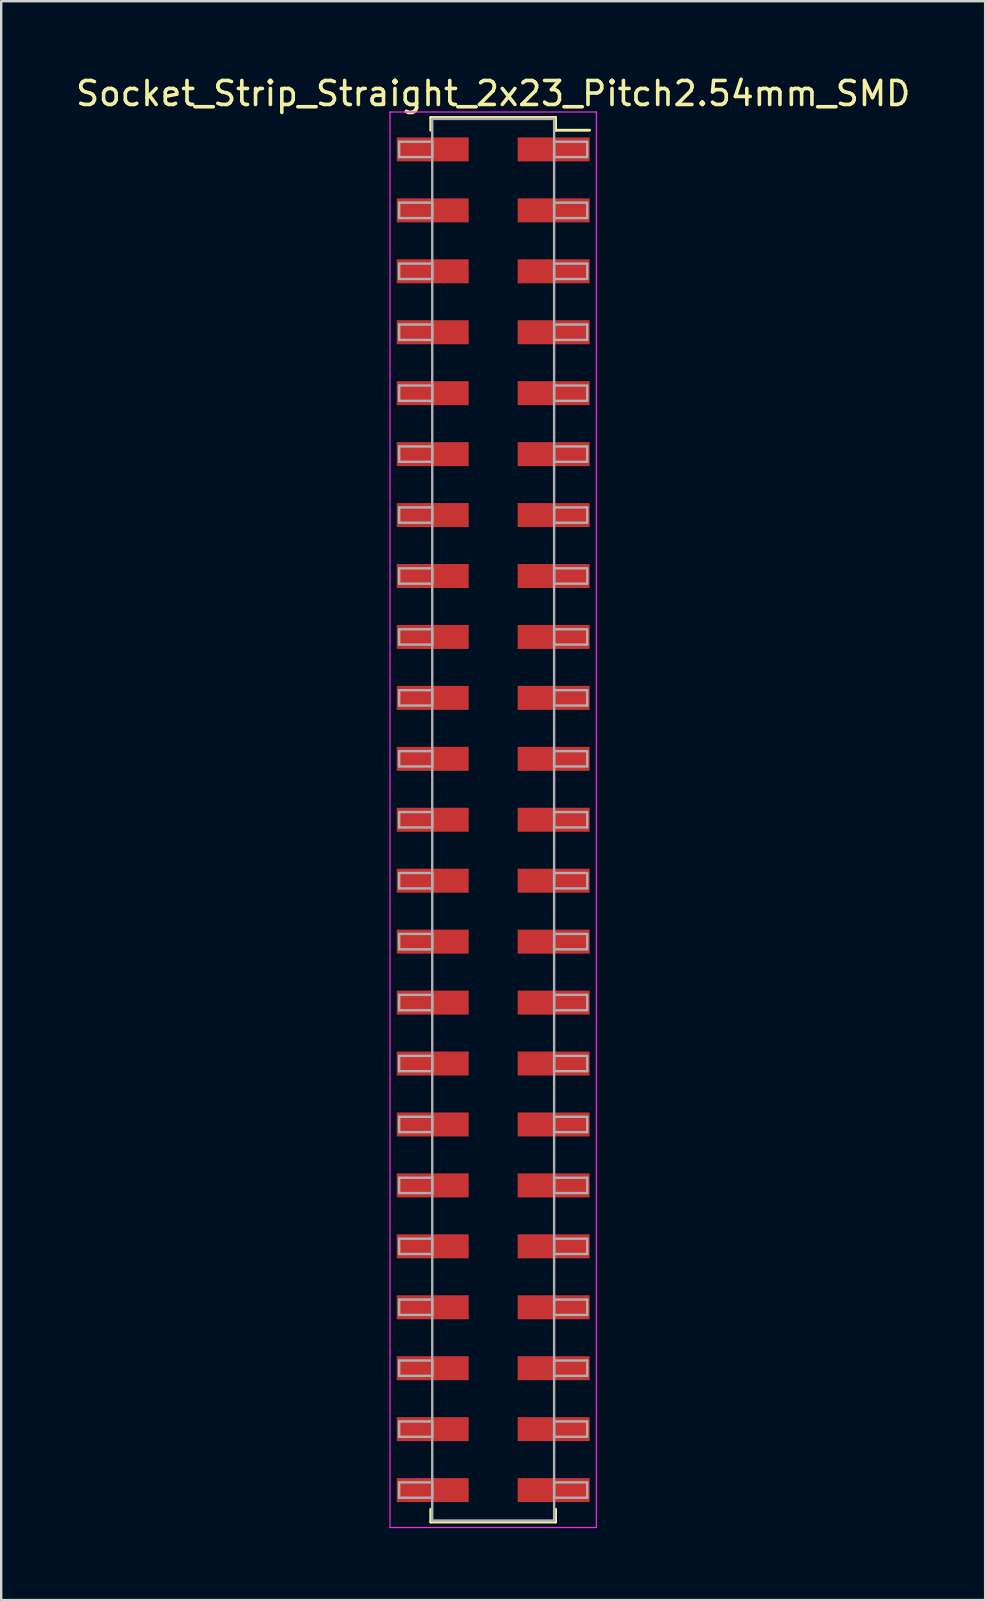
<source format=kicad_pcb>
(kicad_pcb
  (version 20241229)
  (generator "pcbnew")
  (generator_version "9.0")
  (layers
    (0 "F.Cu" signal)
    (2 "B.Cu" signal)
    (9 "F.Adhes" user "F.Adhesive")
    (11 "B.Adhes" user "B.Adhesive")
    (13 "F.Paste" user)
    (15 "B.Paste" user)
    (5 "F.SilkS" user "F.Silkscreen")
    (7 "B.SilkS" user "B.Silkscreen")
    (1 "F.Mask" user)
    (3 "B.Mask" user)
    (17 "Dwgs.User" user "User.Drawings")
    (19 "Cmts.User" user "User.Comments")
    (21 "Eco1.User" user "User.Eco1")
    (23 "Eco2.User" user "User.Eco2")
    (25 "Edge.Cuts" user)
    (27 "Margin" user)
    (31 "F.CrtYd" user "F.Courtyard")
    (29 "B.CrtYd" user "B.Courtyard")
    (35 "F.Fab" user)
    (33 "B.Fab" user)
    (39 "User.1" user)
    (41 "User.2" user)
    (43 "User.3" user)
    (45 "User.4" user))
  (footprint "Socket_Strip_Straight_2x23_Pitch2.54mm_SMD"
    (layer "F.Cu")
    (at 17.506 31.118)
    (property "Reference" "Socket_Strip_Straight_2x23_Pitch2.54mm_SMD" (at 0 -30.27 0) (layer "F.SilkS") (effects (font (size 1 1) (thickness 0.15))))
    (attr smd)
    (fp_line (start -2.6 -29.27) (end 2.6 -29.27) (stroke (width 0.12) (type solid)) (layer "F.SilkS"))
    (fp_line (start -2.6 -28.74) (end -2.6 -29.27) (stroke (width 0.12) (type solid)) (layer "F.SilkS"))
    (fp_line (start -2.6 28.74) (end -2.6 29.27) (stroke (width 0.12) (type solid)) (layer "F.SilkS"))
    (fp_line (start -2.6 29.27) (end 2.6 29.27) (stroke (width 0.12) (type solid)) (layer "F.SilkS"))
    (fp_line (start 2.6 -29.27) (end 2.6 -28.74) (stroke (width 0.12) (type solid)) (layer "F.SilkS"))
    (fp_line (start 2.6 29.27) (end 2.6 28.74) (stroke (width 0.12) (type solid)) (layer "F.SilkS"))
    (fp_line (start 4.02 -28.74) (end 2.6 -28.74) (stroke (width 0.12) (type solid)) (layer "F.SilkS"))
    (fp_line (start -4.3 -29.5) (end -4.3 29.5) (stroke (width 0.05) (type solid)) (layer "F.CrtYd"))
    (fp_line (start -4.3 29.5) (end 4.3 29.5) (stroke (width 0.05) (type solid)) (layer "F.CrtYd"))
    (fp_line (start 4.3 -29.5) (end -4.3 -29.5) (stroke (width 0.05) (type solid)) (layer "F.CrtYd"))
    (fp_line (start 4.3 29.5) (end 4.3 -29.5) (stroke (width 0.05) (type solid)) (layer "F.CrtYd"))
    (fp_line (start -3.92 -28.26) (end -2.54 -28.26) (stroke (width 0.1) (type solid)) (layer "F.Fab"))
    (fp_line (start -3.92 -27.62) (end -3.92 -28.26) (stroke (width 0.1) (type solid)) (layer "F.Fab"))
    (fp_line (start -3.92 -25.72) (end -2.54 -25.72) (stroke (width 0.1) (type solid)) (layer "F.Fab"))
    (fp_line (start -3.92 -25.08) (end -3.92 -25.72) (stroke (width 0.1) (type solid)) (layer "F.Fab"))
    (fp_line (start -3.92 -23.18) (end -2.54 -23.18) (stroke (width 0.1) (type solid)) (layer "F.Fab"))
    (fp_line (start -3.92 -22.54) (end -3.92 -23.18) (stroke (width 0.1) (type solid)) (layer "F.Fab"))
    (fp_line (start -3.92 -20.64) (end -2.54 -20.64) (stroke (width 0.1) (type solid)) (layer "F.Fab"))
    (fp_line (start -3.92 -20) (end -3.92 -20.64) (stroke (width 0.1) (type solid)) (layer "F.Fab"))
    (fp_line (start -3.92 -18.1) (end -2.54 -18.1) (stroke (width 0.1) (type solid)) (layer "F.Fab"))
    (fp_line (start -3.92 -17.46) (end -3.92 -18.1) (stroke (width 0.1) (type solid)) (layer "F.Fab"))
    (fp_line (start -3.92 -15.56) (end -2.54 -15.56) (stroke (width 0.1) (type solid)) (layer "F.Fab"))
    (fp_line (start -3.92 -14.92) (end -3.92 -15.56) (stroke (width 0.1) (type solid)) (layer "F.Fab"))
    (fp_line (start -3.92 -13.02) (end -2.54 -13.02) (stroke (width 0.1) (type solid)) (layer "F.Fab"))
    (fp_line (start -3.92 -12.38) (end -3.92 -13.02) (stroke (width 0.1) (type solid)) (layer "F.Fab"))
    (fp_line (start -3.92 -10.48) (end -2.54 -10.48) (stroke (width 0.1) (type solid)) (layer "F.Fab"))
    (fp_line (start -3.92 -9.84) (end -3.92 -10.48) (stroke (width 0.1) (type solid)) (layer "F.Fab"))
    (fp_line (start -3.92 -7.94) (end -2.54 -7.94) (stroke (width 0.1) (type solid)) (layer "F.Fab"))
    (fp_line (start -3.92 -7.3) (end -3.92 -7.94) (stroke (width 0.1) (type solid)) (layer "F.Fab"))
    (fp_line (start -3.92 -5.4) (end -2.54 -5.4) (stroke (width 0.1) (type solid)) (layer "F.Fab"))
    (fp_line (start -3.92 -4.76) (end -3.92 -5.4) (stroke (width 0.1) (type solid)) (layer "F.Fab"))
    (fp_line (start -3.92 -2.86) (end -2.54 -2.86) (stroke (width 0.1) (type solid)) (layer "F.Fab"))
    (fp_line (start -3.92 -2.22) (end -3.92 -2.86) (stroke (width 0.1) (type solid)) (layer "F.Fab"))
    (fp_line (start -3.92 -0.32) (end -2.54 -0.32) (stroke (width 0.1) (type solid)) (layer "F.Fab"))
    (fp_line (start -3.92 0.32) (end -3.92 -0.32) (stroke (width 0.1) (type solid)) (layer "F.Fab"))
    (fp_line (start -3.92 2.22) (end -2.54 2.22) (stroke (width 0.1) (type solid)) (layer "F.Fab"))
    (fp_line (start -3.92 2.86) (end -3.92 2.22) (stroke (width 0.1) (type solid)) (layer "F.Fab"))
    (fp_line (start -3.92 4.76) (end -2.54 4.76) (stroke (width 0.1) (type solid)) (layer "F.Fab"))
    (fp_line (start -3.92 5.4) (end -3.92 4.76) (stroke (width 0.1) (type solid)) (layer "F.Fab"))
    (fp_line (start -3.92 7.3) (end -2.54 7.3) (stroke (width 0.1) (type solid)) (layer "F.Fab"))
    (fp_line (start -3.92 7.94) (end -3.92 7.3) (stroke (width 0.1) (type solid)) (layer "F.Fab"))
    (fp_line (start -3.92 9.84) (end -2.54 9.84) (stroke (width 0.1) (type solid)) (layer "F.Fab"))
    (fp_line (start -3.92 10.48) (end -3.92 9.84) (stroke (width 0.1) (type solid)) (layer "F.Fab"))
    (fp_line (start -3.92 12.38) (end -2.54 12.38) (stroke (width 0.1) (type solid)) (layer "F.Fab"))
    (fp_line (start -3.92 13.02) (end -3.92 12.38) (stroke (width 0.1) (type solid)) (layer "F.Fab"))
    (fp_line (start -3.92 14.92) (end -2.54 14.92) (stroke (width 0.1) (type solid)) (layer "F.Fab"))
    (fp_line (start -3.92 15.56) (end -3.92 14.92) (stroke (width 0.1) (type solid)) (layer "F.Fab"))
    (fp_line (start -3.92 17.46) (end -2.54 17.46) (stroke (width 0.1) (type solid)) (layer "F.Fab"))
    (fp_line (start -3.92 18.1) (end -3.92 17.46) (stroke (width 0.1) (type solid)) (layer "F.Fab"))
    (fp_line (start -3.92 20) (end -2.54 20) (stroke (width 0.1) (type solid)) (layer "F.Fab"))
    (fp_line (start -3.92 20.64) (end -3.92 20) (stroke (width 0.1) (type solid)) (layer "F.Fab"))
    (fp_line (start -3.92 22.54) (end -2.54 22.54) (stroke (width 0.1) (type solid)) (layer "F.Fab"))
    (fp_line (start -3.92 23.18) (end -3.92 22.54) (stroke (width 0.1) (type solid)) (layer "F.Fab"))
    (fp_line (start -3.92 25.08) (end -2.54 25.08) (stroke (width 0.1) (type solid)) (layer "F.Fab"))
    (fp_line (start -3.92 25.72) (end -3.92 25.08) (stroke (width 0.1) (type solid)) (layer "F.Fab"))
    (fp_line (start -3.92 27.62) (end -2.54 27.62) (stroke (width 0.1) (type solid)) (layer "F.Fab"))
    (fp_line (start -3.92 28.26) (end -3.92 27.62) (stroke (width 0.1) (type solid)) (layer "F.Fab"))
    (fp_line (start -2.54 -29.21) (end -2.54 29.21) (stroke (width 0.1) (type solid)) (layer "F.Fab"))
    (fp_line (start -2.54 -28.26) (end -2.54 -27.62) (stroke (width 0.1) (type solid)) (layer "F.Fab"))
    (fp_line (start -2.54 -27.62) (end -3.92 -27.62) (stroke (width 0.1) (type solid)) (layer "F.Fab"))
    (fp_line (start -2.54 -25.72) (end -2.54 -25.08) (stroke (width 0.1) (type solid)) (layer "F.Fab"))
    (fp_line (start -2.54 -25.08) (end -3.92 -25.08) (stroke (width 0.1) (type solid)) (layer "F.Fab"))
    (fp_line (start -2.54 -23.18) (end -2.54 -22.54) (stroke (width 0.1) (type solid)) (layer "F.Fab"))
    (fp_line (start -2.54 -22.54) (end -3.92 -22.54) (stroke (width 0.1) (type solid)) (layer "F.Fab"))
    (fp_line (start -2.54 -20.64) (end -2.54 -20) (stroke (width 0.1) (type solid)) (layer "F.Fab"))
    (fp_line (start -2.54 -20) (end -3.92 -20) (stroke (width 0.1) (type solid)) (layer "F.Fab"))
    (fp_line (start -2.54 -18.1) (end -2.54 -17.46) (stroke (width 0.1) (type solid)) (layer "F.Fab"))
    (fp_line (start -2.54 -17.46) (end -3.92 -17.46) (stroke (width 0.1) (type solid)) (layer "F.Fab"))
    (fp_line (start -2.54 -15.56) (end -2.54 -14.92) (stroke (width 0.1) (type solid)) (layer "F.Fab"))
    (fp_line (start -2.54 -14.92) (end -3.92 -14.92) (stroke (width 0.1) (type solid)) (layer "F.Fab"))
    (fp_line (start -2.54 -13.02) (end -2.54 -12.38) (stroke (width 0.1) (type solid)) (layer "F.Fab"))
    (fp_line (start -2.54 -12.38) (end -3.92 -12.38) (stroke (width 0.1) (type solid)) (layer "F.Fab"))
    (fp_line (start -2.54 -10.48) (end -2.54 -9.84) (stroke (width 0.1) (type solid)) (layer "F.Fab"))
    (fp_line (start -2.54 -9.84) (end -3.92 -9.84) (stroke (width 0.1) (type solid)) (layer "F.Fab"))
    (fp_line (start -2.54 -7.94) (end -2.54 -7.3) (stroke (width 0.1) (type solid)) (layer "F.Fab"))
    (fp_line (start -2.54 -7.3) (end -3.92 -7.3) (stroke (width 0.1) (type solid)) (layer "F.Fab"))
    (fp_line (start -2.54 -5.4) (end -2.54 -4.76) (stroke (width 0.1) (type solid)) (layer "F.Fab"))
    (fp_line (start -2.54 -4.76) (end -3.92 -4.76) (stroke (width 0.1) (type solid)) (layer "F.Fab"))
    (fp_line (start -2.54 -2.86) (end -2.54 -2.22) (stroke (width 0.1) (type solid)) (layer "F.Fab"))
    (fp_line (start -2.54 -2.22) (end -3.92 -2.22) (stroke (width 0.1) (type solid)) (layer "F.Fab"))
    (fp_line (start -2.54 -0.32) (end -2.54 0.32) (stroke (width 0.1) (type solid)) (layer "F.Fab"))
    (fp_line (start -2.54 0.32) (end -3.92 0.32) (stroke (width 0.1) (type solid)) (layer "F.Fab"))
    (fp_line (start -2.54 2.22) (end -2.54 2.86) (stroke (width 0.1) (type solid)) (layer "F.Fab"))
    (fp_line (start -2.54 2.86) (end -3.92 2.86) (stroke (width 0.1) (type solid)) (layer "F.Fab"))
    (fp_line (start -2.54 4.76) (end -2.54 5.4) (stroke (width 0.1) (type solid)) (layer "F.Fab"))
    (fp_line (start -2.54 5.4) (end -3.92 5.4) (stroke (width 0.1) (type solid)) (layer "F.Fab"))
    (fp_line (start -2.54 7.3) (end -2.54 7.94) (stroke (width 0.1) (type solid)) (layer "F.Fab"))
    (fp_line (start -2.54 7.94) (end -3.92 7.94) (stroke (width 0.1) (type solid)) (layer "F.Fab"))
    (fp_line (start -2.54 9.84) (end -2.54 10.48) (stroke (width 0.1) (type solid)) (layer "F.Fab"))
    (fp_line (start -2.54 10.48) (end -3.92 10.48) (stroke (width 0.1) (type solid)) (layer "F.Fab"))
    (fp_line (start -2.54 12.38) (end -2.54 13.02) (stroke (width 0.1) (type solid)) (layer "F.Fab"))
    (fp_line (start -2.54 13.02) (end -3.92 13.02) (stroke (width 0.1) (type solid)) (layer "F.Fab"))
    (fp_line (start -2.54 14.92) (end -2.54 15.56) (stroke (width 0.1) (type solid)) (layer "F.Fab"))
    (fp_line (start -2.54 15.56) (end -3.92 15.56) (stroke (width 0.1) (type solid)) (layer "F.Fab"))
    (fp_line (start -2.54 17.46) (end -2.54 18.1) (stroke (width 0.1) (type solid)) (layer "F.Fab"))
    (fp_line (start -2.54 18.1) (end -3.92 18.1) (stroke (width 0.1) (type solid)) (layer "F.Fab"))
    (fp_line (start -2.54 20) (end -2.54 20.64) (stroke (width 0.1) (type solid)) (layer "F.Fab"))
    (fp_line (start -2.54 20.64) (end -3.92 20.64) (stroke (width 0.1) (type solid)) (layer "F.Fab"))
    (fp_line (start -2.54 22.54) (end -2.54 23.18) (stroke (width 0.1) (type solid)) (layer "F.Fab"))
    (fp_line (start -2.54 23.18) (end -3.92 23.18) (stroke (width 0.1) (type solid)) (layer "F.Fab"))
    (fp_line (start -2.54 25.08) (end -2.54 25.72) (stroke (width 0.1) (type solid)) (layer "F.Fab"))
    (fp_line (start -2.54 25.72) (end -3.92 25.72) (stroke (width 0.1) (type solid)) (layer "F.Fab"))
    (fp_line (start -2.54 27.62) (end -2.54 28.26) (stroke (width 0.1) (type solid)) (layer "F.Fab"))
    (fp_line (start -2.54 28.26) (end -3.92 28.26) (stroke (width 0.1) (type solid)) (layer "F.Fab"))
    (fp_line (start -2.54 29.21) (end 2.54 29.21) (stroke (width 0.1) (type solid)) (layer "F.Fab"))
    (fp_line (start 2.54 -29.21) (end -2.54 -29.21) (stroke (width 0.1) (type solid)) (layer "F.Fab"))
    (fp_line (start 2.54 -28.26) (end 2.54 -27.62) (stroke (width 0.1) (type solid)) (layer "F.Fab"))
    (fp_line (start 2.54 -27.62) (end 3.92 -27.62) (stroke (width 0.1) (type solid)) (layer "F.Fab"))
    (fp_line (start 2.54 -25.72) (end 2.54 -25.08) (stroke (width 0.1) (type solid)) (layer "F.Fab"))
    (fp_line (start 2.54 -25.08) (end 3.92 -25.08) (stroke (width 0.1) (type solid)) (layer "F.Fab"))
    (fp_line (start 2.54 -23.18) (end 2.54 -22.54) (stroke (width 0.1) (type solid)) (layer "F.Fab"))
    (fp_line (start 2.54 -22.54) (end 3.92 -22.54) (stroke (width 0.1) (type solid)) (layer "F.Fab"))
    (fp_line (start 2.54 -20.64) (end 2.54 -20) (stroke (width 0.1) (type solid)) (layer "F.Fab"))
    (fp_line (start 2.54 -20) (end 3.92 -20) (stroke (width 0.1) (type solid)) (layer "F.Fab"))
    (fp_line (start 2.54 -18.1) (end 2.54 -17.46) (stroke (width 0.1) (type solid)) (layer "F.Fab"))
    (fp_line (start 2.54 -17.46) (end 3.92 -17.46) (stroke (width 0.1) (type solid)) (layer "F.Fab"))
    (fp_line (start 2.54 -15.56) (end 2.54 -14.92) (stroke (width 0.1) (type solid)) (layer "F.Fab"))
    (fp_line (start 2.54 -14.92) (end 3.92 -14.92) (stroke (width 0.1) (type solid)) (layer "F.Fab"))
    (fp_line (start 2.54 -13.02) (end 2.54 -12.38) (stroke (width 0.1) (type solid)) (layer "F.Fab"))
    (fp_line (start 2.54 -12.38) (end 3.92 -12.38) (stroke (width 0.1) (type solid)) (layer "F.Fab"))
    (fp_line (start 2.54 -10.48) (end 2.54 -9.84) (stroke (width 0.1) (type solid)) (layer "F.Fab"))
    (fp_line (start 2.54 -9.84) (end 3.92 -9.84) (stroke (width 0.1) (type solid)) (layer "F.Fab"))
    (fp_line (start 2.54 -7.94) (end 2.54 -7.3) (stroke (width 0.1) (type solid)) (layer "F.Fab"))
    (fp_line (start 2.54 -7.3) (end 3.92 -7.3) (stroke (width 0.1) (type solid)) (layer "F.Fab"))
    (fp_line (start 2.54 -5.4) (end 2.54 -4.76) (stroke (width 0.1) (type solid)) (layer "F.Fab"))
    (fp_line (start 2.54 -4.76) (end 3.92 -4.76) (stroke (width 0.1) (type solid)) (layer "F.Fab"))
    (fp_line (start 2.54 -2.86) (end 2.54 -2.22) (stroke (width 0.1) (type solid)) (layer "F.Fab"))
    (fp_line (start 2.54 -2.22) (end 3.92 -2.22) (stroke (width 0.1) (type solid)) (layer "F.Fab"))
    (fp_line (start 2.54 -0.32) (end 2.54 0.32) (stroke (width 0.1) (type solid)) (layer "F.Fab"))
    (fp_line (start 2.54 0.32) (end 3.92 0.32) (stroke (width 0.1) (type solid)) (layer "F.Fab"))
    (fp_line (start 2.54 2.22) (end 2.54 2.86) (stroke (width 0.1) (type solid)) (layer "F.Fab"))
    (fp_line (start 2.54 2.86) (end 3.92 2.86) (stroke (width 0.1) (type solid)) (layer "F.Fab"))
    (fp_line (start 2.54 4.76) (end 2.54 5.4) (stroke (width 0.1) (type solid)) (layer "F.Fab"))
    (fp_line (start 2.54 5.4) (end 3.92 5.4) (stroke (width 0.1) (type solid)) (layer "F.Fab"))
    (fp_line (start 2.54 7.3) (end 2.54 7.94) (stroke (width 0.1) (type solid)) (layer "F.Fab"))
    (fp_line (start 2.54 7.94) (end 3.92 7.94) (stroke (width 0.1) (type solid)) (layer "F.Fab"))
    (fp_line (start 2.54 9.84) (end 2.54 10.48) (stroke (width 0.1) (type solid)) (layer "F.Fab"))
    (fp_line (start 2.54 10.48) (end 3.92 10.48) (stroke (width 0.1) (type solid)) (layer "F.Fab"))
    (fp_line (start 2.54 12.38) (end 2.54 13.02) (stroke (width 0.1) (type solid)) (layer "F.Fab"))
    (fp_line (start 2.54 13.02) (end 3.92 13.02) (stroke (width 0.1) (type solid)) (layer "F.Fab"))
    (fp_line (start 2.54 14.92) (end 2.54 15.56) (stroke (width 0.1) (type solid)) (layer "F.Fab"))
    (fp_line (start 2.54 15.56) (end 3.92 15.56) (stroke (width 0.1) (type solid)) (layer "F.Fab"))
    (fp_line (start 2.54 17.46) (end 2.54 18.1) (stroke (width 0.1) (type solid)) (layer "F.Fab"))
    (fp_line (start 2.54 18.1) (end 3.92 18.1) (stroke (width 0.1) (type solid)) (layer "F.Fab"))
    (fp_line (start 2.54 20) (end 2.54 20.64) (stroke (width 0.1) (type solid)) (layer "F.Fab"))
    (fp_line (start 2.54 20.64) (end 3.92 20.64) (stroke (width 0.1) (type solid)) (layer "F.Fab"))
    (fp_line (start 2.54 22.54) (end 2.54 23.18) (stroke (width 0.1) (type solid)) (layer "F.Fab"))
    (fp_line (start 2.54 23.18) (end 3.92 23.18) (stroke (width 0.1) (type solid)) (layer "F.Fab"))
    (fp_line (start 2.54 25.08) (end 2.54 25.72) (stroke (width 0.1) (type solid)) (layer "F.Fab"))
    (fp_line (start 2.54 25.72) (end 3.92 25.72) (stroke (width 0.1) (type solid)) (layer "F.Fab"))
    (fp_line (start 2.54 27.62) (end 2.54 28.26) (stroke (width 0.1) (type solid)) (layer "F.Fab"))
    (fp_line (start 2.54 28.26) (end 3.92 28.26) (stroke (width 0.1) (type solid)) (layer "F.Fab"))
    (fp_line (start 2.54 29.21) (end 2.54 -29.21) (stroke (width 0.1) (type solid)) (layer "F.Fab"))
    (fp_line (start 3.92 -28.26) (end 2.54 -28.26) (stroke (width 0.1) (type solid)) (layer "F.Fab"))
    (fp_line (start 3.92 -27.62) (end 3.92 -28.26) (stroke (width 0.1) (type solid)) (layer "F.Fab"))
    (fp_line (start 3.92 -25.72) (end 2.54 -25.72) (stroke (width 0.1) (type solid)) (layer "F.Fab"))
    (fp_line (start 3.92 -25.08) (end 3.92 -25.72) (stroke (width 0.1) (type solid)) (layer "F.Fab"))
    (fp_line (start 3.92 -23.18) (end 2.54 -23.18) (stroke (width 0.1) (type solid)) (layer "F.Fab"))
    (fp_line (start 3.92 -22.54) (end 3.92 -23.18) (stroke (width 0.1) (type solid)) (layer "F.Fab"))
    (fp_line (start 3.92 -20.64) (end 2.54 -20.64) (stroke (width 0.1) (type solid)) (layer "F.Fab"))
    (fp_line (start 3.92 -20) (end 3.92 -20.64) (stroke (width 0.1) (type solid)) (layer "F.Fab"))
    (fp_line (start 3.92 -18.1) (end 2.54 -18.1) (stroke (width 0.1) (type solid)) (layer "F.Fab"))
    (fp_line (start 3.92 -17.46) (end 3.92 -18.1) (stroke (width 0.1) (type solid)) (layer "F.Fab"))
    (fp_line (start 3.92 -15.56) (end 2.54 -15.56) (stroke (width 0.1) (type solid)) (layer "F.Fab"))
    (fp_line (start 3.92 -14.92) (end 3.92 -15.56) (stroke (width 0.1) (type solid)) (layer "F.Fab"))
    (fp_line (start 3.92 -13.02) (end 2.54 -13.02) (stroke (width 0.1) (type solid)) (layer "F.Fab"))
    (fp_line (start 3.92 -12.38) (end 3.92 -13.02) (stroke (width 0.1) (type solid)) (layer "F.Fab"))
    (fp_line (start 3.92 -10.48) (end 2.54 -10.48) (stroke (width 0.1) (type solid)) (layer "F.Fab"))
    (fp_line (start 3.92 -9.84) (end 3.92 -10.48) (stroke (width 0.1) (type solid)) (layer "F.Fab"))
    (fp_line (start 3.92 -7.94) (end 2.54 -7.94) (stroke (width 0.1) (type solid)) (layer "F.Fab"))
    (fp_line (start 3.92 -7.3) (end 3.92 -7.94) (stroke (width 0.1) (type solid)) (layer "F.Fab"))
    (fp_line (start 3.92 -5.4) (end 2.54 -5.4) (stroke (width 0.1) (type solid)) (layer "F.Fab"))
    (fp_line (start 3.92 -4.76) (end 3.92 -5.4) (stroke (width 0.1) (type solid)) (layer "F.Fab"))
    (fp_line (start 3.92 -2.86) (end 2.54 -2.86) (stroke (width 0.1) (type solid)) (layer "F.Fab"))
    (fp_line (start 3.92 -2.22) (end 3.92 -2.86) (stroke (width 0.1) (type solid)) (layer "F.Fab"))
    (fp_line (start 3.92 -0.32) (end 2.54 -0.32) (stroke (width 0.1) (type solid)) (layer "F.Fab"))
    (fp_line (start 3.92 0.32) (end 3.92 -0.32) (stroke (width 0.1) (type solid)) (layer "F.Fab"))
    (fp_line (start 3.92 2.22) (end 2.54 2.22) (stroke (width 0.1) (type solid)) (layer "F.Fab"))
    (fp_line (start 3.92 2.86) (end 3.92 2.22) (stroke (width 0.1) (type solid)) (layer "F.Fab"))
    (fp_line (start 3.92 4.76) (end 2.54 4.76) (stroke (width 0.1) (type solid)) (layer "F.Fab"))
    (fp_line (start 3.92 5.4) (end 3.92 4.76) (stroke (width 0.1) (type solid)) (layer "F.Fab"))
    (fp_line (start 3.92 7.3) (end 2.54 7.3) (stroke (width 0.1) (type solid)) (layer "F.Fab"))
    (fp_line (start 3.92 7.94) (end 3.92 7.3) (stroke (width 0.1) (type solid)) (layer "F.Fab"))
    (fp_line (start 3.92 9.84) (end 2.54 9.84) (stroke (width 0.1) (type solid)) (layer "F.Fab"))
    (fp_line (start 3.92 10.48) (end 3.92 9.84) (stroke (width 0.1) (type solid)) (layer "F.Fab"))
    (fp_line (start 3.92 12.38) (end 2.54 12.38) (stroke (width 0.1) (type solid)) (layer "F.Fab"))
    (fp_line (start 3.92 13.02) (end 3.92 12.38) (stroke (width 0.1) (type solid)) (layer "F.Fab"))
    (fp_line (start 3.92 14.92) (end 2.54 14.92) (stroke (width 0.1) (type solid)) (layer "F.Fab"))
    (fp_line (start 3.92 15.56) (end 3.92 14.92) (stroke (width 0.1) (type solid)) (layer "F.Fab"))
    (fp_line (start 3.92 17.46) (end 2.54 17.46) (stroke (width 0.1) (type solid)) (layer "F.Fab"))
    (fp_line (start 3.92 18.1) (end 3.92 17.46) (stroke (width 0.1) (type solid)) (layer "F.Fab"))
    (fp_line (start 3.92 20) (end 2.54 20) (stroke (width 0.1) (type solid)) (layer "F.Fab"))
    (fp_line (start 3.92 20.64) (end 3.92 20) (stroke (width 0.1) (type solid)) (layer "F.Fab"))
    (fp_line (start 3.92 22.54) (end 2.54 22.54) (stroke (width 0.1) (type solid)) (layer "F.Fab"))
    (fp_line (start 3.92 23.18) (end 3.92 22.54) (stroke (width 0.1) (type solid)) (layer "F.Fab"))
    (fp_line (start 3.92 25.08) (end 2.54 25.08) (stroke (width 0.1) (type solid)) (layer "F.Fab"))
    (fp_line (start 3.92 25.72) (end 3.92 25.08) (stroke (width 0.1) (type solid)) (layer "F.Fab"))
    (fp_line (start 3.92 27.62) (end 2.54 27.62) (stroke (width 0.1) (type solid)) (layer "F.Fab"))
    (fp_line (start 3.92 28.26) (end 3.92 27.62) (stroke (width 0.1) (type solid)) (layer "F.Fab"))
    (pad "1" smd rect (at 2.52 -27.94) (size 3 1) (layers "F.Cu" "F.Mask"))
    (pad "2" smd rect (at -2.52 -27.94) (size 3 1) (layers "F.Cu" "F.Mask"))
    (pad "3" smd rect (at 2.52 -25.4) (size 3 1) (layers "F.Cu" "F.Mask"))
    (pad "4" smd rect (at -2.52 -25.4) (size 3 1) (layers "F.Cu" "F.Mask"))
    (pad "5" smd rect (at 2.52 -22.86) (size 3 1) (layers "F.Cu" "F.Mask"))
    (pad "6" smd rect (at -2.52 -22.86) (size 3 1) (layers "F.Cu" "F.Mask"))
    (pad "7" smd rect (at 2.52 -20.32) (size 3 1) (layers "F.Cu" "F.Mask"))
    (pad "8" smd rect (at -2.52 -20.32) (size 3 1) (layers "F.Cu" "F.Mask"))
    (pad "9" smd rect (at 2.52 -17.78) (size 3 1) (layers "F.Cu" "F.Mask"))
    (pad "10" smd rect (at -2.52 -17.78) (size 3 1) (layers "F.Cu" "F.Mask"))
    (pad "11" smd rect (at 2.52 -15.24) (size 3 1) (layers "F.Cu" "F.Mask"))
    (pad "12" smd rect (at -2.52 -15.24) (size 3 1) (layers "F.Cu" "F.Mask"))
    (pad "13" smd rect (at 2.52 -12.7) (size 3 1) (layers "F.Cu" "F.Mask"))
    (pad "14" smd rect (at -2.52 -12.7) (size 3 1) (layers "F.Cu" "F.Mask"))
    (pad "15" smd rect (at 2.52 -10.16) (size 3 1) (layers "F.Cu" "F.Mask"))
    (pad "16" smd rect (at -2.52 -10.16) (size 3 1) (layers "F.Cu" "F.Mask"))
    (pad "17" smd rect (at 2.52 -7.62) (size 3 1) (layers "F.Cu" "F.Mask"))
    (pad "18" smd rect (at -2.52 -7.62) (size 3 1) (layers "F.Cu" "F.Mask"))
    (pad "19" smd rect (at 2.52 -5.08) (size 3 1) (layers "F.Cu" "F.Mask"))
    (pad "20" smd rect (at -2.52 -5.08) (size 3 1) (layers "F.Cu" "F.Mask"))
    (pad "21" smd rect (at 2.52 -2.54) (size 3 1) (layers "F.Cu" "F.Mask"))
    (pad "22" smd rect (at -2.52 -2.54) (size 3 1) (layers "F.Cu" "F.Mask"))
    (pad "23" smd rect (at 2.52 0) (size 3 1) (layers "F.Cu" "F.Mask"))
    (pad "24" smd rect (at -2.52 0) (size 3 1) (layers "F.Cu" "F.Mask"))
    (pad "25" smd rect (at 2.52 2.54) (size 3 1) (layers "F.Cu" "F.Mask"))
    (pad "26" smd rect (at -2.52 2.54) (size 3 1) (layers "F.Cu" "F.Mask"))
    (pad "27" smd rect (at 2.52 5.08) (size 3 1) (layers "F.Cu" "F.Mask"))
    (pad "28" smd rect (at -2.52 5.08) (size 3 1) (layers "F.Cu" "F.Mask"))
    (pad "29" smd rect (at 2.52 7.62) (size 3 1) (layers "F.Cu" "F.Mask"))
    (pad "30" smd rect (at -2.52 7.62) (size 3 1) (layers "F.Cu" "F.Mask"))
    (pad "31" smd rect (at 2.52 10.16) (size 3 1) (layers "F.Cu" "F.Mask"))
    (pad "32" smd rect (at -2.52 10.16) (size 3 1) (layers "F.Cu" "F.Mask"))
    (pad "33" smd rect (at 2.52 12.7) (size 3 1) (layers "F.Cu" "F.Mask"))
    (pad "34" smd rect (at -2.52 12.7) (size 3 1) (layers "F.Cu" "F.Mask"))
    (pad "35" smd rect (at 2.52 15.24) (size 3 1) (layers "F.Cu" "F.Mask"))
    (pad "36" smd rect (at -2.52 15.24) (size 3 1) (layers "F.Cu" "F.Mask"))
    (pad "37" smd rect (at 2.52 17.78) (size 3 1) (layers "F.Cu" "F.Mask"))
    (pad "38" smd rect (at -2.52 17.78) (size 3 1) (layers "F.Cu" "F.Mask"))
    (pad "39" smd rect (at 2.52 20.32) (size 3 1) (layers "F.Cu" "F.Mask"))
    (pad "40" smd rect (at -2.52 20.32) (size 3 1) (layers "F.Cu" "F.Mask"))
    (pad "41" smd rect (at 2.52 22.86) (size 3 1) (layers "F.Cu" "F.Mask"))
    (pad "42" smd rect (at -2.52 22.86) (size 3 1) (layers "F.Cu" "F.Mask"))
    (pad "43" smd rect (at 2.52 25.4) (size 3 1) (layers "F.Cu" "F.Mask"))
    (pad "44" smd rect (at -2.52 25.4) (size 3 1) (layers "F.Cu" "F.Mask"))
    (pad "45" smd rect (at 2.52 27.94) (size 3 1) (layers "F.Cu" "F.Mask"))
    (pad "46" smd rect (at -2.52 27.94) (size 3 1) (layers "F.Cu" "F.Mask")))
  (gr_rect
    (start -3 -3)
    (end 38.012 63.643)
    (stroke (width 0.1) (type default))
    (fill no)
    (layer "Edge.Cuts")))
</source>
